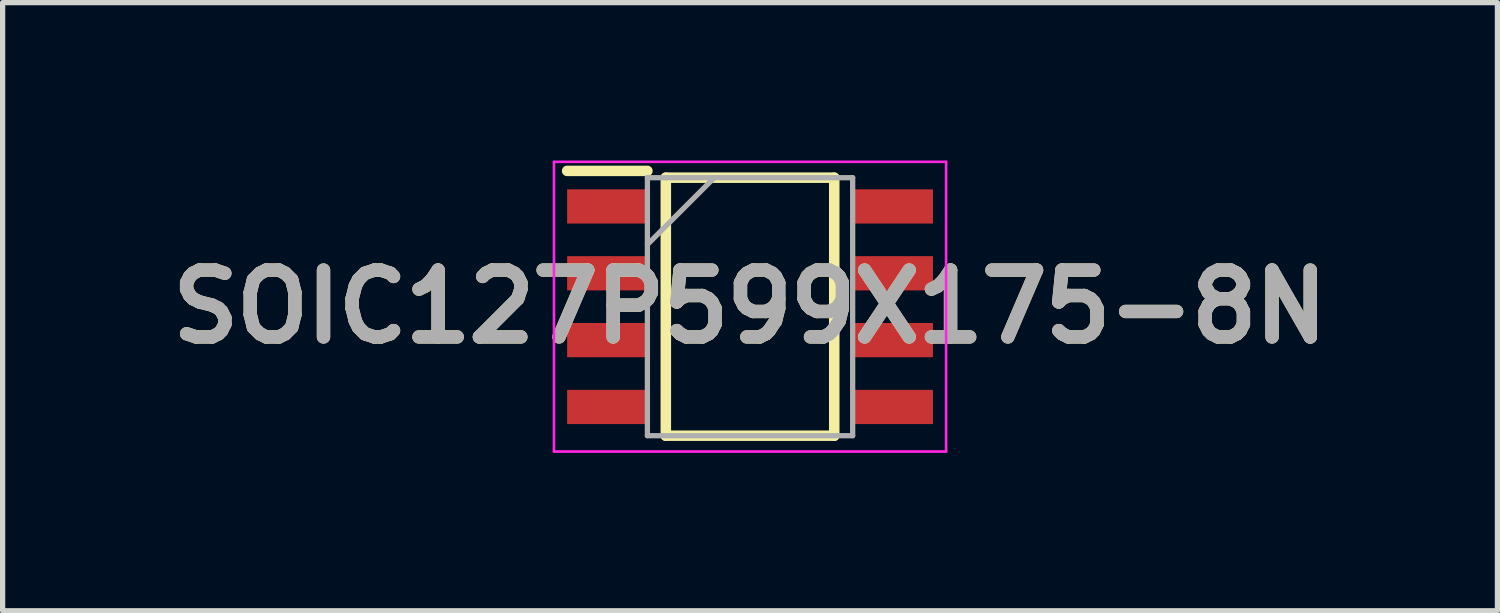
<source format=kicad_pcb>
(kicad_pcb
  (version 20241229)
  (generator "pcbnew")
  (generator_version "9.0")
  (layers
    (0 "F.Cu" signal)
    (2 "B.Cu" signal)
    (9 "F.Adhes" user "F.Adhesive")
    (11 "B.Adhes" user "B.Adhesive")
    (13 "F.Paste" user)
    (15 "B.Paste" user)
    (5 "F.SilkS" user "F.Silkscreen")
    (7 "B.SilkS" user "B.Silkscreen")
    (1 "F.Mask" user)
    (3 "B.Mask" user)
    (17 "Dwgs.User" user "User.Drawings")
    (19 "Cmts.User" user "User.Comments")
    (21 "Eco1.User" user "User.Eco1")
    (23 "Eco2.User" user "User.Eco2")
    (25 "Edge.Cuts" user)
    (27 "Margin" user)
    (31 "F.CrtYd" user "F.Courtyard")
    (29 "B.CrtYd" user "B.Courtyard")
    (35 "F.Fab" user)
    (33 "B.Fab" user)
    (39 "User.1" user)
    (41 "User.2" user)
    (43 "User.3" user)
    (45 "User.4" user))
  (footprint "SOIC127P599X175-8N"
    (layer "F.Cu")
    (at 11.2 2.777)
    (property "Reference" "SOIC127P599X175-8N" (at 0 0 0) (layer "F.SilkS") (effects (font (size 1.27 1.27) (thickness 0.254))))
    (attr smd)
    (fp_line (start -3.475 -2.58) (end -1.95 -2.58) (stroke (width 0.2) (type solid)) (layer "F.SilkS"))
    (fp_line (start -1.6 -2.451) (end 1.6 -2.451) (stroke (width 0.2) (type solid)) (layer "F.SilkS"))
    (fp_line (start -1.6 2.451) (end -1.6 -2.451) (stroke (width 0.2) (type solid)) (layer "F.SilkS"))
    (fp_line (start 1.6 -2.451) (end 1.6 2.451) (stroke (width 0.2) (type solid)) (layer "F.SilkS"))
    (fp_line (start 1.6 2.451) (end -1.6 2.451) (stroke (width 0.2) (type solid)) (layer "F.SilkS"))
    (fp_line (start -3.725 -2.752) (end 3.725 -2.752) (stroke (width 0.05) (type solid)) (layer "F.CrtYd"))
    (fp_line (start -3.725 2.752) (end -3.725 -2.752) (stroke (width 0.05) (type solid)) (layer "F.CrtYd"))
    (fp_line (start 3.725 -2.752) (end 3.725 2.752) (stroke (width 0.05) (type solid)) (layer "F.CrtYd"))
    (fp_line (start 3.725 2.752) (end -3.725 2.752) (stroke (width 0.05) (type solid)) (layer "F.CrtYd"))
    (fp_line (start -1.95 -2.451) (end 1.95 -2.451) (stroke (width 0.1) (type solid)) (layer "F.Fab"))
    (fp_line (start -1.95 -1.181) (end -0.68 -2.451) (stroke (width 0.1) (type solid)) (layer "F.Fab"))
    (fp_line (start -1.95 2.451) (end -1.95 -2.451) (stroke (width 0.1) (type solid)) (layer "F.Fab"))
    (fp_line (start 1.95 -2.451) (end 1.95 2.451) (stroke (width 0.1) (type solid)) (layer "F.Fab"))
    (fp_line (start 1.95 2.451) (end -1.95 2.451) (stroke (width 0.1) (type solid)) (layer "F.Fab"))
    (fp_text user "${REFERENCE}" (at 0 0 0) (layer "F.Fab") (effects (font (size 1.27 1.27) (thickness 0.254))))
    (pad "1" smd rect (at -2.712 -1.905 90) (size 0.65 1.526) (layers "F.Cu" "F.Mask" "F.Paste"))
    (pad "2" smd rect (at -2.712 -0.635 90) (size 0.65 1.526) (layers "F.Cu" "F.Mask" "F.Paste"))
    (pad "3" smd rect (at -2.712 0.635 90) (size 0.65 1.526) (layers "F.Cu" "F.Mask" "F.Paste"))
    (pad "4" smd rect (at -2.712 1.905 90) (size 0.65 1.526) (layers "F.Cu" "F.Mask" "F.Paste"))
    (pad "5" smd rect (at 2.712 1.905 90) (size 0.65 1.526) (layers "F.Cu" "F.Mask" "F.Paste"))
    (pad "6" smd rect (at 2.712 0.635 90) (size 0.65 1.526) (layers "F.Cu" "F.Mask" "F.Paste"))
    (pad "7" smd rect (at 2.712 -0.635 90) (size 0.65 1.526) (layers "F.Cu" "F.Mask" "F.Paste"))
    (pad "8" smd rect (at 2.712 -1.905 90) (size 0.65 1.526) (layers "F.Cu" "F.Mask" "F.Paste")))
  (gr_rect
    (start -3 -3)
    (end 25.4 8.554)
    (stroke (width 0.1) (type default))
    (fill no)
    (layer "Edge.Cuts")))
</source>
